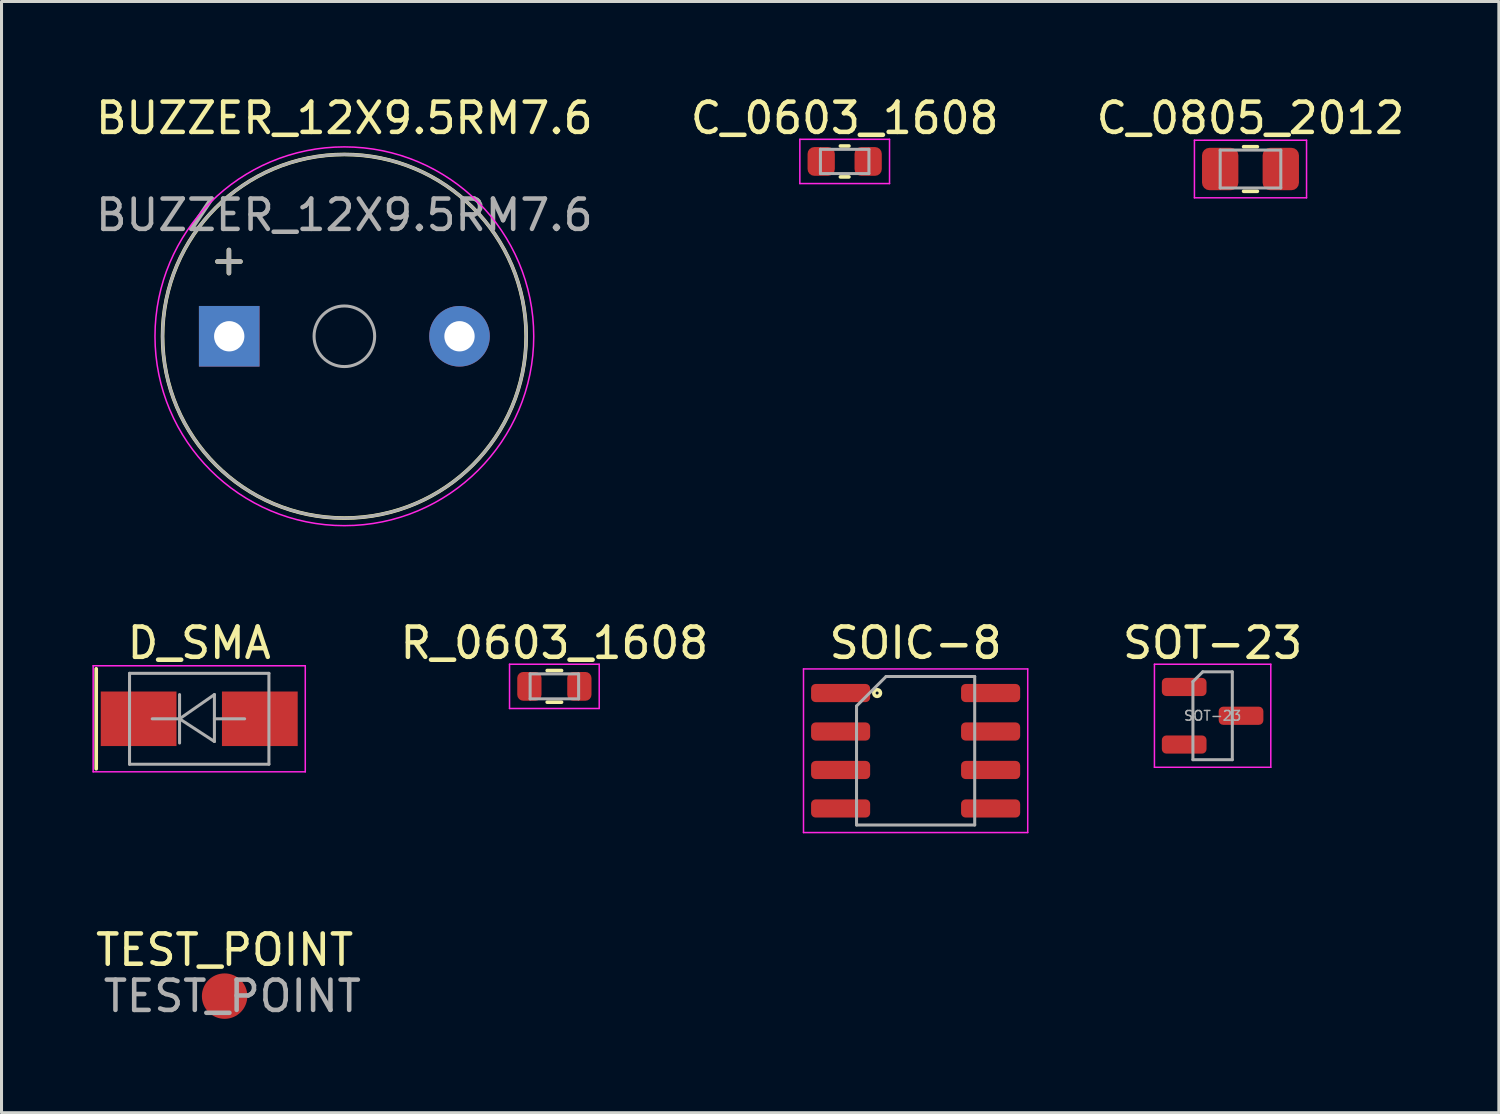
<source format=kicad_pcb>
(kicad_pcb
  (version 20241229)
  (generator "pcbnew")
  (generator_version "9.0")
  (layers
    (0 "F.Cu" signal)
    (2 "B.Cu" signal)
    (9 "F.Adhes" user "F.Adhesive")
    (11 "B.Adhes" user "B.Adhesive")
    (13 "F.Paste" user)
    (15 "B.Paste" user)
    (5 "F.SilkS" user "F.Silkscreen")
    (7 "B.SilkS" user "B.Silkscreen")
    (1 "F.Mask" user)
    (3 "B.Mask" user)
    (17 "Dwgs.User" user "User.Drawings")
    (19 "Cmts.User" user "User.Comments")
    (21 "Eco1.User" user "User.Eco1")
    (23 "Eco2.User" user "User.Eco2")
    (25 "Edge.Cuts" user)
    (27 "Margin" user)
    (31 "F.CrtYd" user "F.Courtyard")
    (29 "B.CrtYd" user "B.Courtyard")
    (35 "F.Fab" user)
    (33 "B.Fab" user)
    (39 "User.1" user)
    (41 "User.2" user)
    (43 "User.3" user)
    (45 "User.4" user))
  (footprint "SOT-23"
    (layer "F.Cu")
    (at 36.97 20.572)
    (property "Reference" "SOT-23" (at 0 -2.4 0) (layer "F.SilkS") (effects (font (size 1 1) (thickness 0.15))))
    (attr smd)
    (fp_line (start -1.92 -1.7) (end -1.92 1.7) (stroke (width 0.05) (type solid)) (layer "F.CrtYd"))
    (fp_line (start -1.92 1.7) (end 1.92 1.7) (stroke (width 0.05) (type solid)) (layer "F.CrtYd"))
    (fp_line (start 1.92 -1.7) (end -1.92 -1.7) (stroke (width 0.05) (type solid)) (layer "F.CrtYd"))
    (fp_line (start 1.92 1.7) (end 1.92 -1.7) (stroke (width 0.05) (type solid)) (layer "F.CrtYd"))
    (fp_line (start -0.65 -1.125) (end -0.325 -1.45) (stroke (width 0.1) (type solid)) (layer "F.Fab"))
    (fp_line (start -0.65 1.45) (end -0.65 -1.125) (stroke (width 0.1) (type solid)) (layer "F.Fab"))
    (fp_line (start -0.325 -1.45) (end 0.65 -1.45) (stroke (width 0.1) (type solid)) (layer "F.Fab"))
    (fp_line (start 0.65 -1.45) (end 0.65 1.45) (stroke (width 0.1) (type solid)) (layer "F.Fab"))
    (fp_line (start 0.65 1.45) (end -0.65 1.45) (stroke (width 0.1) (type solid)) (layer "F.Fab"))
    (fp_text user "${REFERENCE}" (at 0 0 0) (layer "F.Fab") (effects (font (size 0.32 0.32) (thickness 0.05))))
    (pad "1" smd roundrect (at -0.938 -0.95) (size 1.475 0.6) (layers "F.Cu" "F.Mask" "F.Paste") (roundrect_rratio 0.25))
    (pad "2" smd roundrect (at -0.938 0.95) (size 1.475 0.6) (layers "F.Cu" "F.Mask" "F.Paste") (roundrect_rratio 0.25))
    (pad "3" smd roundrect (at 0.938 0) (size 1.475 0.6) (layers "F.Cu" "F.Mask" "F.Paste") (roundrect_rratio 0.25)))
  (footprint "R_0603_1608"
    (layer "F.Cu")
    (at 15.246 19.602)
    (property "Reference" "R_0603_1608" (at 0 -1.43 0) (layer "F.SilkS") (effects (font (size 1 1) (thickness 0.15))))
    (attr smd)
    (fp_line (start -0.237 -0.522) (end 0.237 -0.522) (stroke (width 0.12) (type solid)) (layer "F.SilkS"))
    (fp_line (start -0.237 0.522) (end 0.237 0.522) (stroke (width 0.12) (type solid)) (layer "F.SilkS"))
    (fp_line (start -1.48 -0.73) (end 1.48 -0.73) (stroke (width 0.05) (type solid)) (layer "F.CrtYd"))
    (fp_line (start -1.48 0.73) (end -1.48 -0.73) (stroke (width 0.05) (type solid)) (layer "F.CrtYd"))
    (fp_line (start 1.48 -0.73) (end 1.48 0.73) (stroke (width 0.05) (type solid)) (layer "F.CrtYd"))
    (fp_line (start 1.48 0.73) (end -1.48 0.73) (stroke (width 0.05) (type solid)) (layer "F.CrtYd"))
    (fp_line (start -0.8 -0.412) (end 0.8 -0.412) (stroke (width 0.1) (type solid)) (layer "F.Fab"))
    (fp_line (start -0.8 0.412) (end -0.8 -0.412) (stroke (width 0.1) (type solid)) (layer "F.Fab"))
    (fp_line (start 0.8 -0.412) (end 0.8 0.412) (stroke (width 0.1) (type solid)) (layer "F.Fab"))
    (fp_line (start 0.8 0.412) (end -0.8 0.412) (stroke (width 0.1) (type solid)) (layer "F.Fab"))
    (pad "1" smd roundrect (at -0.825 0) (size 0.8 0.95) (layers "F.Cu" "F.Mask" "F.Paste") (roundrect_rratio 0.25))
    (pad "2" smd roundrect (at 0.825 0) (size 0.8 0.95) (layers "F.Cu" "F.Mask" "F.Paste") (roundrect_rratio 0.25)))
  (footprint "SOIC-8"
    (layer "F.Cu")
    (at 27.168 21.727)
    (property "Reference" "SOIC-8" (at 0 -3.556 0) (layer "F.SilkS") (effects (font (size 1 1) (thickness 0.15))))
    (attr smd)
    (fp_circle (center -1.27 -1.905) (end -1.22 -1.905) (stroke (width 0.12) (type solid)) (fill no) (layer "F.SilkS"))
    (fp_line (start -3.7 -2.7) (end -3.7 2.7) (stroke (width 0.05) (type solid)) (layer "F.CrtYd"))
    (fp_line (start -3.7 2.7) (end 3.7 2.7) (stroke (width 0.05) (type solid)) (layer "F.CrtYd"))
    (fp_line (start 3.7 -2.7) (end -3.7 -2.7) (stroke (width 0.05) (type solid)) (layer "F.CrtYd"))
    (fp_line (start 3.7 2.7) (end 3.7 -2.7) (stroke (width 0.05) (type solid)) (layer "F.CrtYd"))
    (fp_line (start -1.95 -1.475) (end -0.975 -2.45) (stroke (width 0.1) (type solid)) (layer "F.Fab"))
    (fp_line (start -1.95 2.45) (end -1.95 -1.475) (stroke (width 0.1) (type solid)) (layer "F.Fab"))
    (fp_line (start -0.975 -2.45) (end 1.95 -2.45) (stroke (width 0.1) (type solid)) (layer "F.Fab"))
    (fp_line (start 1.95 -2.45) (end 1.95 2.45) (stroke (width 0.1) (type solid)) (layer "F.Fab"))
    (fp_line (start 1.95 2.45) (end -1.95 2.45) (stroke (width 0.1) (type solid)) (layer "F.Fab"))
    (pad "1" smd roundrect (at -2.475 -1.905) (size 1.95 0.6) (layers "F.Cu" "F.Mask" "F.Paste") (roundrect_rratio 0.25))
    (pad "2" smd roundrect (at -2.475 -0.635) (size 1.95 0.6) (layers "F.Cu" "F.Mask" "F.Paste") (roundrect_rratio 0.25))
    (pad "3" smd roundrect (at -2.475 0.635) (size 1.95 0.6) (layers "F.Cu" "F.Mask" "F.Paste") (roundrect_rratio 0.25))
    (pad "4" smd roundrect (at -2.475 1.905) (size 1.95 0.6) (layers "F.Cu" "F.Mask" "F.Paste") (roundrect_rratio 0.25))
    (pad "5" smd roundrect (at 2.475 1.905) (size 1.95 0.6) (layers "F.Cu" "F.Mask" "F.Paste") (roundrect_rratio 0.25))
    (pad "6" smd roundrect (at 2.475 0.635) (size 1.95 0.6) (layers "F.Cu" "F.Mask" "F.Paste") (roundrect_rratio 0.25))
    (pad "7" smd roundrect (at 2.475 -0.635) (size 1.95 0.6) (layers "F.Cu" "F.Mask" "F.Paste") (roundrect_rratio 0.25))
    (pad "8" smd roundrect (at 2.475 -1.905) (size 1.95 0.6) (layers "F.Cu" "F.Mask" "F.Paste") (roundrect_rratio 0.25)))
  (footprint "BUZZER_12X9.5RM7.6"
    (layer "F.Cu")
    (at 4.515 8.048)
    (property "Reference" "BUZZER_12X9.5RM7.6" (at 3.8 -7.2 0) (layer "F.SilkS") (effects (font (size 1 1) (thickness 0.15))))
    (attr through_hole)
    (fp_circle (center 3.8 0) (end 9.8 0) (stroke (width 0.12) (type solid)) (fill no) (layer "F.SilkS"))
    (fp_circle (center 3.8 0) (end 10.05 0) (stroke (width 0.05) (type solid)) (fill no) (layer "F.CrtYd"))
    (fp_circle (center 3.8 0) (end 4.8 0) (stroke (width 0.1) (type solid)) (fill no) (layer "F.Fab"))
    (fp_circle (center 3.8 0) (end 9.8 0) (stroke (width 0.1) (type solid)) (fill no) (layer "F.Fab"))
    (fp_text user "+" (at -0.01 -2.54 0) (layer "F.SilkS") (effects (font (size 1 1) (thickness 0.15))))
    (fp_text user "${REFERENCE}" (at 3.8 -4 0) (layer "F.Fab") (effects (font (size 1 1) (thickness 0.15))))
    (fp_text user "+" (at -0.01 -2.54 0) (layer "F.Fab") (effects (font (size 1 1) (thickness 0.15))))
    (pad "1" thru_hole rect (at 0 0) (size 2 2) (drill 1) (layers "*.Cu" "*.Mask"))
    (pad "2" thru_hole circle (at 7.6 0) (size 2 2) (drill 1) (layers "*.Cu" "*.Mask")))
  (footprint "TEST_POINT"
    (layer "F.Cu")
    (at 4.363 29.825)
    (property "Reference" "TEST_POINT" (at 0 -1.524 0) (unlocked yes) (layer "F.SilkS") (effects (font (size 1 1) (thickness 0.15))))
    (attr smd)
    (fp_text user "${REFERENCE}" (at 0.254 0 0) (unlocked yes) (layer "F.Fab") (effects (font (size 1 1) (thickness 0.15))))
    (pad "1" smd circle (at 0 0) (size 1.5 1.5) (layers "F.Cu" "F.Mask")))
  (footprint "D_SMA"
    (layer "F.Cu")
    (at 3.525 20.672)
    (property "Reference" "D_SMA" (at 0 -2.5 0) (layer "F.SilkS") (effects (font (size 1 1) (thickness 0.15))))
    (attr smd)
    (fp_line (start -3.4 -1.65) (end -3.4 1.65) (stroke (width 0.12) (type solid)) (layer "F.SilkS"))
    (fp_line (start -3.5 -1.75) (end 3.5 -1.75) (stroke (width 0.05) (type solid)) (layer "F.CrtYd"))
    (fp_line (start -3.5 1.75) (end -3.5 -1.75) (stroke (width 0.05) (type solid)) (layer "F.CrtYd"))
    (fp_line (start 3.5 -1.75) (end 3.5 1.75) (stroke (width 0.05) (type solid)) (layer "F.CrtYd"))
    (fp_line (start 3.5 1.75) (end -3.5 1.75) (stroke (width 0.05) (type solid)) (layer "F.CrtYd"))
    (fp_line (start -2.3 1.5) (end -2.3 -1.5) (stroke (width 0.1) (type solid)) (layer "F.Fab"))
    (fp_line (start -0.649 -0.799) (end -0.649 0.801) (stroke (width 0.1) (type solid)) (layer "F.Fab"))
    (fp_line (start -0.649 0.001) (end -1.551 0.001) (stroke (width 0.1) (type solid)) (layer "F.Fab"))
    (fp_line (start -0.649 0.001) (end 0.501 -0.799) (stroke (width 0.1) (type solid)) (layer "F.Fab"))
    (fp_line (start -0.649 0.001) (end 0.501 0.75) (stroke (width 0.1) (type solid)) (layer "F.Fab"))
    (fp_line (start 0.501 0.001) (end 1.499 0.001) (stroke (width 0.1) (type solid)) (layer "F.Fab"))
    (fp_line (start 0.501 0.75) (end 0.501 -0.799) (stroke (width 0.1) (type solid)) (layer "F.Fab"))
    (fp_line (start 2.3 -1.5) (end -2.3 -1.5) (stroke (width 0.1) (type solid)) (layer "F.Fab"))
    (fp_line (start 2.3 -1.5) (end 2.3 1.5) (stroke (width 0.1) (type solid)) (layer "F.Fab"))
    (fp_line (start 2.3 1.5) (end -2.3 1.5) (stroke (width 0.1) (type solid)) (layer "F.Fab"))
    (pad "1" smd rect (at -2 0) (size 2.5 1.8) (layers "F.Cu" "F.Mask" "F.Paste"))
    (pad "2" smd rect (at 2 0) (size 2.5 1.8) (layers "F.Cu" "F.Mask" "F.Paste")))
  (footprint "C_0805_2012"
    (layer "F.Cu")
    (at 38.22 2.528)
    (property "Reference" "C_0805_2012" (at 0 -1.68 0) (layer "F.SilkS") (effects (font (size 1 1) (thickness 0.15))))
    (attr smd)
    (fp_line (start -0.227 -0.735) (end 0.227 -0.735) (stroke (width 0.12) (type solid)) (layer "F.SilkS"))
    (fp_line (start -0.227 0.735) (end 0.227 0.735) (stroke (width 0.12) (type solid)) (layer "F.SilkS"))
    (fp_line (start -1.85 -0.95) (end 1.85 -0.95) (stroke (width 0.05) (type solid)) (layer "F.CrtYd"))
    (fp_line (start -1.85 0.95) (end -1.85 -0.95) (stroke (width 0.05) (type solid)) (layer "F.CrtYd"))
    (fp_line (start 1.85 -0.95) (end 1.85 0.95) (stroke (width 0.05) (type solid)) (layer "F.CrtYd"))
    (fp_line (start 1.85 0.95) (end -1.85 0.95) (stroke (width 0.05) (type solid)) (layer "F.CrtYd"))
    (fp_line (start -1 -0.625) (end 1 -0.625) (stroke (width 0.1) (type solid)) (layer "F.Fab"))
    (fp_line (start -1 0.625) (end -1 -0.625) (stroke (width 0.1) (type solid)) (layer "F.Fab"))
    (fp_line (start 1 -0.625) (end 1 0.625) (stroke (width 0.1) (type solid)) (layer "F.Fab"))
    (fp_line (start 1 0.625) (end -1 0.625) (stroke (width 0.1) (type solid)) (layer "F.Fab"))
    (pad "1" smd roundrect (at -1 0) (size 1.2 1.4) (layers "F.Cu" "F.Mask" "F.Paste") (roundrect_rratio 0.208))
    (pad "2" smd roundrect (at 1 0) (size 1.2 1.4) (layers "F.Cu" "F.Mask" "F.Paste") (roundrect_rratio 0.208)))
  (footprint "C_0603_1608"
    (layer "F.Cu")
    (at 24.827 2.278)
    (property "Reference" "C_0603_1608" (at 0 -1.43 0) (layer "F.SilkS") (effects (font (size 1 1) (thickness 0.15))))
    (attr smd)
    (fp_line (start -0.141 -0.51) (end 0.141 -0.51) (stroke (width 0.12) (type solid)) (layer "F.SilkS"))
    (fp_line (start -0.141 0.51) (end 0.141 0.51) (stroke (width 0.12) (type solid)) (layer "F.SilkS"))
    (fp_line (start -1.48 -0.73) (end 1.48 -0.73) (stroke (width 0.05) (type solid)) (layer "F.CrtYd"))
    (fp_line (start -1.48 0.73) (end -1.48 -0.73) (stroke (width 0.05) (type solid)) (layer "F.CrtYd"))
    (fp_line (start 1.48 -0.73) (end 1.48 0.73) (stroke (width 0.05) (type solid)) (layer "F.CrtYd"))
    (fp_line (start 1.48 0.73) (end -1.48 0.73) (stroke (width 0.05) (type solid)) (layer "F.CrtYd"))
    (fp_line (start -0.8 -0.4) (end 0.8 -0.4) (stroke (width 0.1) (type solid)) (layer "F.Fab"))
    (fp_line (start -0.8 0.4) (end -0.8 -0.4) (stroke (width 0.1) (type solid)) (layer "F.Fab"))
    (fp_line (start 0.8 -0.4) (end 0.8 0.4) (stroke (width 0.1) (type solid)) (layer "F.Fab"))
    (fp_line (start 0.8 0.4) (end -0.8 0.4) (stroke (width 0.1) (type solid)) (layer "F.Fab"))
    (pad "1" smd roundrect (at -0.775 0) (size 0.9 0.95) (layers "F.Cu" "F.Mask" "F.Paste") (roundrect_rratio 0.25))
    (pad "2" smd roundrect (at 0.775 0) (size 0.9 0.95) (layers "F.Cu" "F.Mask" "F.Paste") (roundrect_rratio 0.25)))
  (gr_rect
    (start -3 -3)
    (end 46.417 33.673)
    (stroke (width 0.1) (type default))
    (fill no)
    (layer "Edge.Cuts")))
</source>
